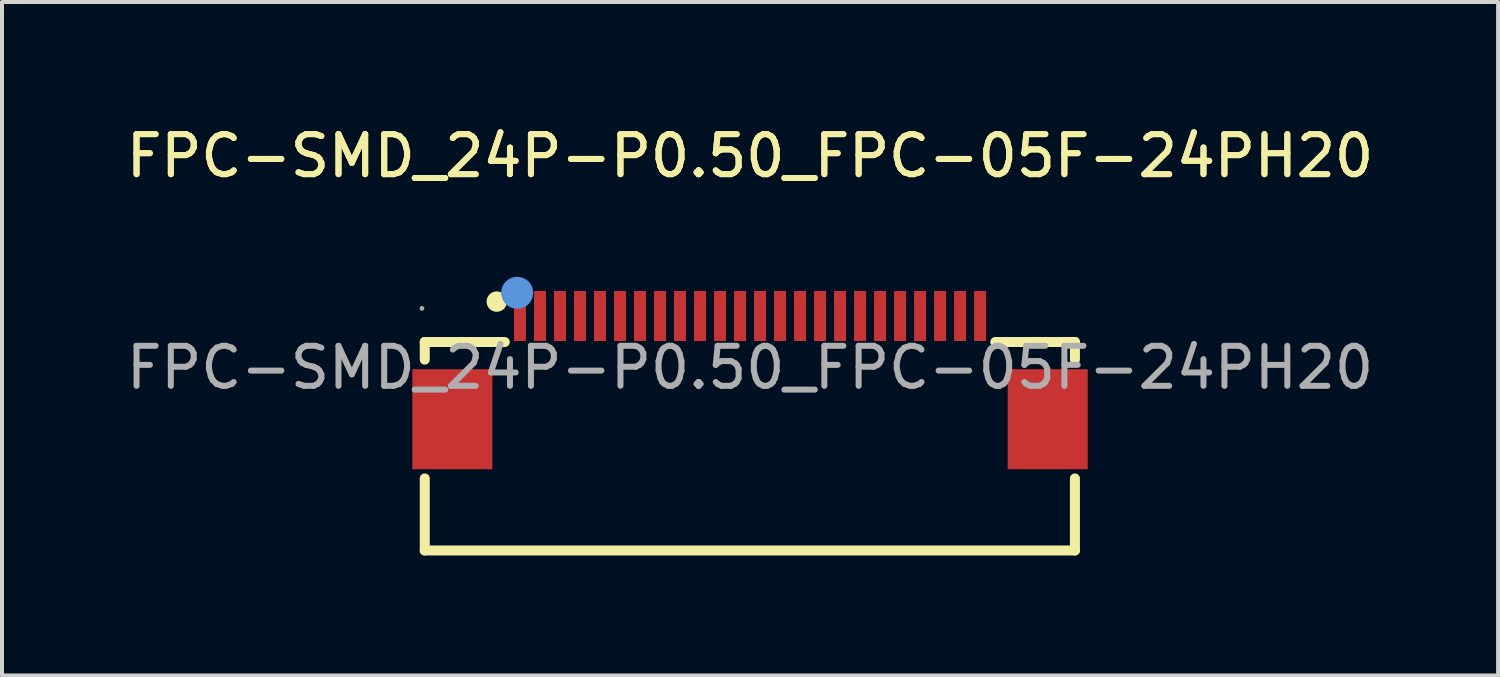
<source format=kicad_pcb>
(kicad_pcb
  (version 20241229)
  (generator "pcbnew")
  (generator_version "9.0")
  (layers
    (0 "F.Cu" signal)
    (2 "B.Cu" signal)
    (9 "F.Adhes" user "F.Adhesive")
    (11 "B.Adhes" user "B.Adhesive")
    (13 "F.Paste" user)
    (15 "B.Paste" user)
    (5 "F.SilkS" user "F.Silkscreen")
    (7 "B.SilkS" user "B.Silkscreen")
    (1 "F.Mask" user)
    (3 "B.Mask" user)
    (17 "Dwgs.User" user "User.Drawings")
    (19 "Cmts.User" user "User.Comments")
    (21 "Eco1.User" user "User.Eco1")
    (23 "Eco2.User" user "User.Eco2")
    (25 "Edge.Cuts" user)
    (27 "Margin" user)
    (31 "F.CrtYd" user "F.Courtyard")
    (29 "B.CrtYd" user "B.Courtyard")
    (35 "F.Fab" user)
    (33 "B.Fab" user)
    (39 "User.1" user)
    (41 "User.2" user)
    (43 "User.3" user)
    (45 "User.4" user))
  (footprint "FPC-SMD_24P-P0.50_FPC-05F-24PH20"
    (layer "F.Cu")
    (at 15.696 6.138)
    (property "Reference" "FPC-SMD_24P-P0.50_FPC-05F-24PH20" (at 0 -5.29 0) (layer "F.SilkS") (effects (font (size 1 1) (thickness 0.15))))
    (attr smd)
    (fp_line (start -8.13 -0.64) (end -6.13 -0.64) (stroke (width 0.25) (type solid)) (layer "F.SilkS"))
    (fp_line (start -8.13 -0.2) (end -8.13 -0.64) (stroke (width 0.25) (type solid)) (layer "F.SilkS"))
    (fp_line (start -8.13 4.57) (end -8.13 2.77) (stroke (width 0.25) (type solid)) (layer "F.SilkS"))
    (fp_line (start 6.13 -0.64) (end 8.12 -0.64) (stroke (width 0.25) (type solid)) (layer "F.SilkS"))
    (fp_line (start 8.12 -0.64) (end 8.12 -0.2) (stroke (width 0.25) (type solid)) (layer "F.SilkS"))
    (fp_line (start 8.12 2.77) (end 8.12 4.57) (stroke (width 0.25) (type solid)) (layer "F.SilkS"))
    (fp_line (start 8.12 4.57) (end -8.13 4.57) (stroke (width 0.25) (type solid)) (layer "F.SilkS"))
    (fp_circle (center -6.33 -1.65) (end -6.2 -1.65) (stroke (width 0.25) (type solid)) (fill no) (layer "F.SilkS"))
    (fp_circle (center -5.82 -1.87) (end -5.62 -1.87) (stroke (width 0.4) (type solid)) (fill no) (layer "Cmts.User"))
    (fp_circle (center -8.2 -1.48) (end -8.17 -1.48) (stroke (width 0.06) (type solid)) (fill no) (layer "F.Fab"))
    (fp_text user "${REFERENCE}" (at 0 -5.29 0) (layer "F.SilkS") (effects (font (size 1 1) (thickness 0.15))))
    (fp_text user "${REFERENCE}" (at 0 0 0) (layer "F.Fab") (effects (font (size 1 1) (thickness 0.15))))
    (pad "1" smd rect (at -5.75 -1.29) (size 0.3 1.25) (layers "F.Cu" "F.Mask" "F.Paste"))
    (pad "2" smd rect (at -5.25 -1.29) (size 0.3 1.25) (layers "F.Cu" "F.Mask" "F.Paste"))
    (pad "3" smd rect (at -4.75 -1.29) (size 0.3 1.25) (layers "F.Cu" "F.Mask" "F.Paste"))
    (pad "4" smd rect (at -4.25 -1.29) (size 0.3 1.25) (layers "F.Cu" "F.Mask" "F.Paste"))
    (pad "5" smd rect (at -3.75 -1.29) (size 0.3 1.25) (layers "F.Cu" "F.Mask" "F.Paste"))
    (pad "6" smd rect (at -3.25 -1.29) (size 0.3 1.25) (layers "F.Cu" "F.Mask" "F.Paste"))
    (pad "7" smd rect (at -2.75 -1.29) (size 0.3 1.25) (layers "F.Cu" "F.Mask" "F.Paste"))
    (pad "8" smd rect (at -2.25 -1.29) (size 0.3 1.25) (layers "F.Cu" "F.Mask" "F.Paste"))
    (pad "9" smd rect (at -1.75 -1.29) (size 0.3 1.25) (layers "F.Cu" "F.Mask" "F.Paste"))
    (pad "10" smd rect (at -1.25 -1.29) (size 0.3 1.25) (layers "F.Cu" "F.Mask" "F.Paste"))
    (pad "11" smd rect (at -0.75 -1.29) (size 0.3 1.25) (layers "F.Cu" "F.Mask" "F.Paste"))
    (pad "12" smd rect (at -0.25 -1.29) (size 0.3 1.25) (layers "F.Cu" "F.Mask" "F.Paste"))
    (pad "13" smd rect (at 0.25 -1.29) (size 0.3 1.25) (layers "F.Cu" "F.Mask" "F.Paste"))
    (pad "14" smd rect (at 0.75 -1.29) (size 0.3 1.25) (layers "F.Cu" "F.Mask" "F.Paste"))
    (pad "15" smd rect (at 1.25 -1.29) (size 0.3 1.25) (layers "F.Cu" "F.Mask" "F.Paste"))
    (pad "16" smd rect (at 1.75 -1.29) (size 0.3 1.25) (layers "F.Cu" "F.Mask" "F.Paste"))
    (pad "17" smd rect (at 2.25 -1.29) (size 0.3 1.25) (layers "F.Cu" "F.Mask" "F.Paste"))
    (pad "18" smd rect (at 2.75 -1.29) (size 0.3 1.25) (layers "F.Cu" "F.Mask" "F.Paste"))
    (pad "19" smd rect (at 3.25 -1.29) (size 0.3 1.25) (layers "F.Cu" "F.Mask" "F.Paste"))
    (pad "20" smd rect (at 3.75 -1.29) (size 0.3 1.25) (layers "F.Cu" "F.Mask" "F.Paste"))
    (pad "21" smd rect (at 4.25 -1.29) (size 0.3 1.25) (layers "F.Cu" "F.Mask" "F.Paste"))
    (pad "22" smd rect (at 4.75 -1.29) (size 0.3 1.25) (layers "F.Cu" "F.Mask" "F.Paste"))
    (pad "23" smd rect (at 5.25 -1.29) (size 0.3 1.25) (layers "F.Cu" "F.Mask" "F.Paste"))
    (pad "24" smd rect (at 5.75 -1.29) (size 0.3 1.25) (layers "F.Cu" "F.Mask" "F.Paste"))
    (pad "25" smd rect (at 7.44 1.29) (size 2 2.5) (layers "F.Cu" "F.Mask" "F.Paste"))
    (pad "26" smd rect (at -7.44 1.29) (size 2 2.5) (layers "F.Cu" "F.Mask" "F.Paste")))
  (gr_rect
    (start -3 -3)
    (end 34.393 13.833)
    (stroke (width 0.1) (type default))
    (fill no)
    (layer "Edge.Cuts")))
</source>
